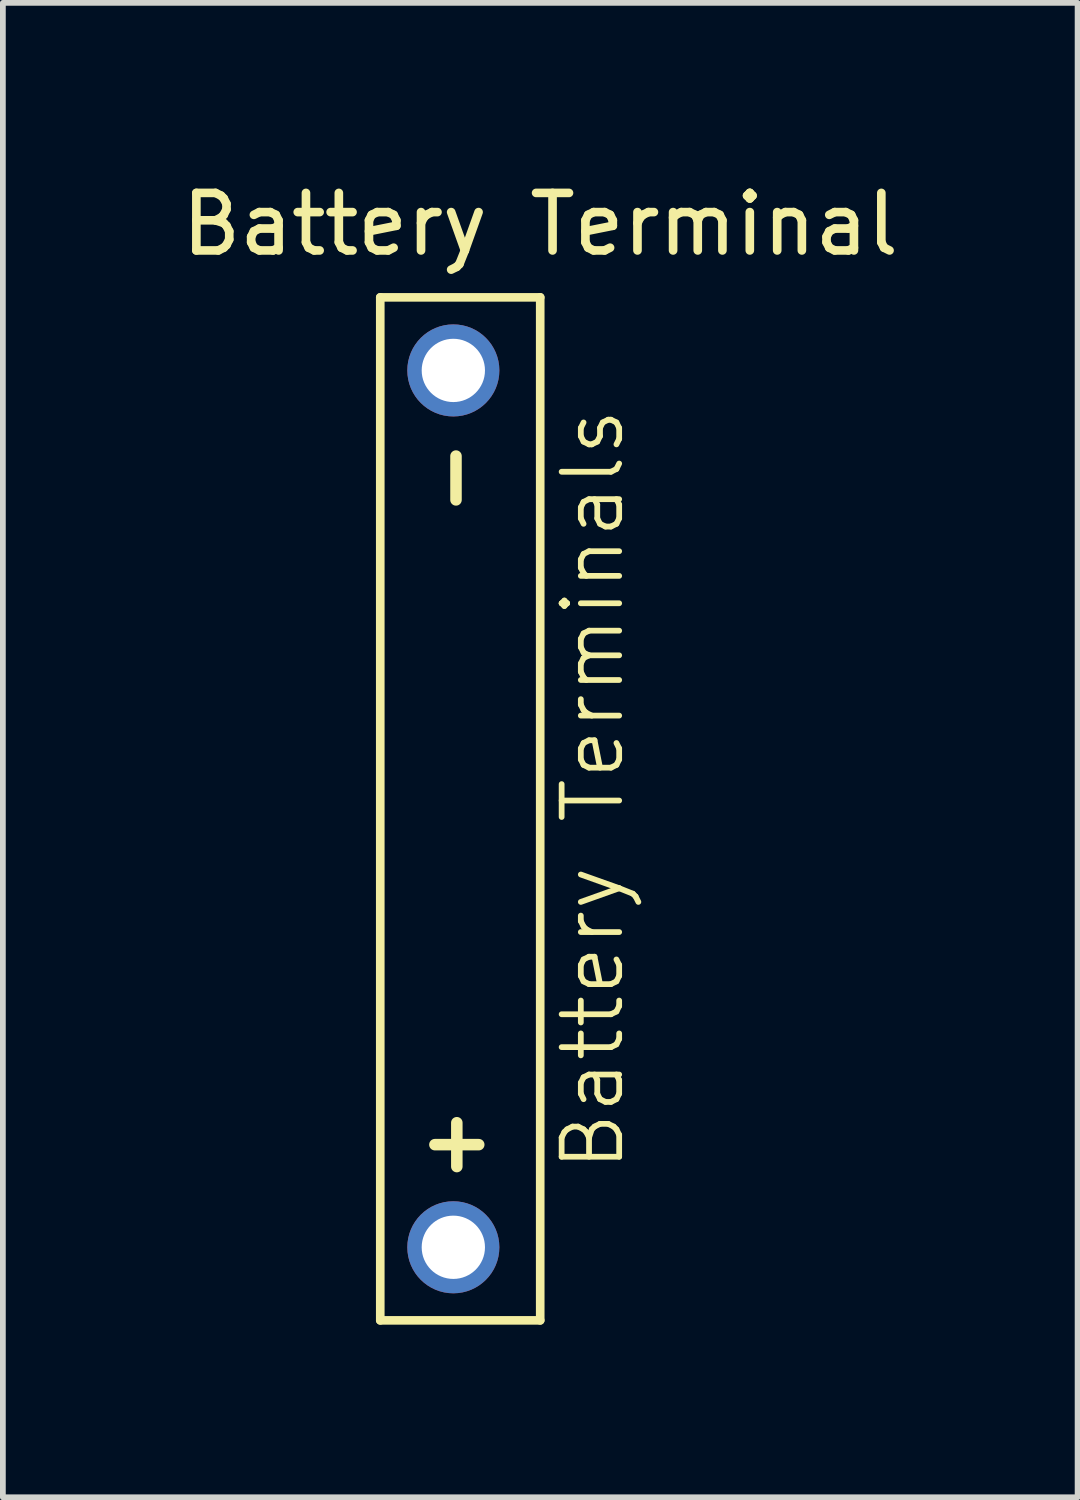
<source format=kicad_pcb>
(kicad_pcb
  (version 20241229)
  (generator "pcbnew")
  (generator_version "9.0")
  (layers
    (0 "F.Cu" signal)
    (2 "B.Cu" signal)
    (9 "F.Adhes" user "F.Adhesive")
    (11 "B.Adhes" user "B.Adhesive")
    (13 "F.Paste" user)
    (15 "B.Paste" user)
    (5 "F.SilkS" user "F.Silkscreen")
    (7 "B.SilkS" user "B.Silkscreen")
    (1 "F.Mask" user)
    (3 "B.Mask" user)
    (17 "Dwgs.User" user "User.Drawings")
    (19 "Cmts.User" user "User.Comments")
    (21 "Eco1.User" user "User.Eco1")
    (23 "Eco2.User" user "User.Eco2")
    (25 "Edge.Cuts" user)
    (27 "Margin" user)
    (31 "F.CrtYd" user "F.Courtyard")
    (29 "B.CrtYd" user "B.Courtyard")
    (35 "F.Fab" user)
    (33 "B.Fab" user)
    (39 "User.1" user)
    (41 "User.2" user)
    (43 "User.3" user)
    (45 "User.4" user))
  (footprint "Battery Terminal"
    (layer "F.Cu")
    (at 6.339 11.008)
    (property "Reference" "Battery Terminal" (at 0 -10.16 0) (layer "F.SilkS") (effects (font (size 1 1) (thickness 0.15))))
    (attr through_hole)
    (fp_line (start -2.78 -8.89) (end 0 -8.89) (stroke (width 0.15) (type solid)) (layer "F.SilkS"))
    (fp_line (start -2.78 8.89) (end -2.78 -8.89) (stroke (width 0.15) (type solid)) (layer "F.SilkS"))
    (fp_line (start 0 -8.89) (end 0 8.89) (stroke (width 0.15) (type solid)) (layer "F.SilkS"))
    (fp_line (start 0 8.89) (end -2.78 8.89) (stroke (width 0.15) (type solid)) (layer "F.SilkS"))
    (fp_text user "+" (at -2.2 6.35 0) (unlocked yes) (layer "F.SilkS") (effects (font (size 1 1) (thickness 0.2) (bold yes)) (justify left bottom)))
    (fp_text user "Battery Terminals" (at 1.5 6.35 90) (unlocked yes) (layer "F.SilkS") (effects (font (size 1 1) (thickness 0.1)) (justify left bottom)))
    (fp_text user "-" (at -0.95 -5 90) (unlocked yes) (layer "F.SilkS") (effects (font (size 1 1) (thickness 0.2) (bold yes)) (justify left bottom)))
    (pad "1" thru_hole circle (at -1.51 7.62) (size 1.6 1.6) (drill 1.1) (layers "*.Cu" "*.Mask"))
    (pad "2" thru_hole circle (at -1.51 -7.62) (size 1.6 1.6) (drill 1.1) (layers "*.Cu" "*.Mask")))
  (gr_rect
    (start -3 -3)
    (end 15.679 22.973)
    (stroke (width 0.1) (type default))
    (fill no)
    (layer "Edge.Cuts")))
</source>
